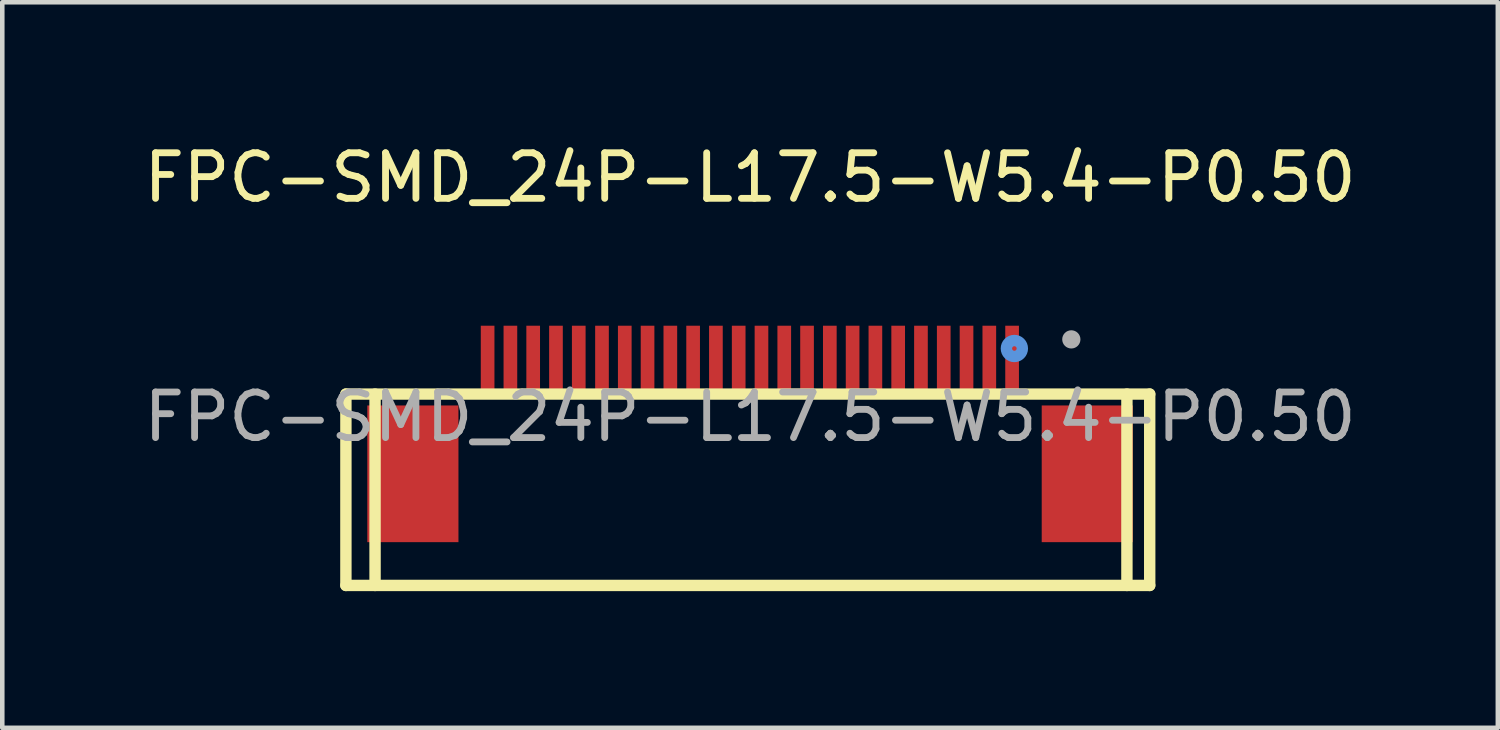
<source format=kicad_pcb>
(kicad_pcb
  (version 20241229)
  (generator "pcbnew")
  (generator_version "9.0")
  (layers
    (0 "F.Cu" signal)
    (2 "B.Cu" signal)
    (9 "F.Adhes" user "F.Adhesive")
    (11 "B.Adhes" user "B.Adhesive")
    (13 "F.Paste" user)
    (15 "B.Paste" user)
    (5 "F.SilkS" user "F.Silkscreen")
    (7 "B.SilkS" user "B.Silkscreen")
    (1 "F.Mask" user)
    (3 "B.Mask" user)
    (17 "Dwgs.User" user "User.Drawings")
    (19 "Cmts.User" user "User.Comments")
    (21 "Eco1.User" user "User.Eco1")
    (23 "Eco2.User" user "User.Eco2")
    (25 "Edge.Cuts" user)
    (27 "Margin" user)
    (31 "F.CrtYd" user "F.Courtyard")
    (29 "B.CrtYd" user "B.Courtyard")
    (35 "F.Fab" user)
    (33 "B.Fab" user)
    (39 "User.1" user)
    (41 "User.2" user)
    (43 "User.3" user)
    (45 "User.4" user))
  (footprint "FPC-SMD_24P-L17.5-W5.4-P0.50"
    (layer "F.Cu")
    (at 13.411 6.098)
    (property "Reference" "FPC-SMD_24P-L17.5-W5.4-P0.50" (at 0 -5.25 0) (layer "F.SilkS") (effects (font (size 1 1) (thickness 0.15))))
    (attr smd)
    (fp_line (start -8.87 -0.5) (end -8.87 3.7) (stroke (width 0.25) (type solid)) (layer "F.SilkS"))
    (fp_line (start -8.87 -0.5) (end 8.77 -0.5) (stroke (width 0.25) (type solid)) (layer "F.SilkS"))
    (fp_line (start -8.87 3.7) (end 8.77 3.7) (stroke (width 0.25) (type solid)) (layer "F.SilkS"))
    (fp_line (start -8.23 -0.5) (end -8.23 3.7) (stroke (width 0.25) (type solid)) (layer "F.SilkS"))
    (fp_line (start 8.27 -0.5) (end 8.27 3.7) (stroke (width 0.25) (type solid)) (layer "F.SilkS"))
    (fp_line (start 8.77 -0.5) (end 8.77 3.7) (stroke (width 0.25) (type solid)) (layer "F.SilkS"))
    (fp_circle (center 5.8 -1.5) (end 5.85 -1.5) (stroke (width 0.25) (type solid)) (fill no) (layer "Cmts.User"))
    (fp_circle (center 7.05 -1.7) (end 7.15 -1.7) (stroke (width 0.2) (type solid)) (fill no) (layer "F.Fab"))
    (fp_text user "${REFERENCE}" (at 0 0 0) (layer "F.Fab") (effects (font (size 1 1) (thickness 0.15))))
    (pad "1" smd rect (at 5.75 -1.25 180) (size 0.3 1.5) (layers "F.Cu" "F.Mask" "F.Paste"))
    (pad "2" smd rect (at 5.25 -1.25 180) (size 0.3 1.5) (layers "F.Cu" "F.Mask" "F.Paste"))
    (pad "3" smd rect (at 4.75 -1.25 180) (size 0.3 1.5) (layers "F.Cu" "F.Mask" "F.Paste"))
    (pad "4" smd rect (at 4.25 -1.25 180) (size 0.3 1.5) (layers "F.Cu" "F.Mask" "F.Paste"))
    (pad "5" smd rect (at 3.75 -1.25 180) (size 0.3 1.5) (layers "F.Cu" "F.Mask" "F.Paste"))
    (pad "6" smd rect (at 3.25 -1.25 180) (size 0.3 1.5) (layers "F.Cu" "F.Mask" "F.Paste"))
    (pad "7" smd rect (at 2.75 -1.25 180) (size 0.3 1.5) (layers "F.Cu" "F.Mask" "F.Paste"))
    (pad "8" smd rect (at 2.25 -1.25 180) (size 0.3 1.5) (layers "F.Cu" "F.Mask" "F.Paste"))
    (pad "9" smd rect (at 1.75 -1.25 180) (size 0.3 1.5) (layers "F.Cu" "F.Mask" "F.Paste"))
    (pad "10" smd rect (at 1.25 -1.25 180) (size 0.3 1.5) (layers "F.Cu" "F.Mask" "F.Paste"))
    (pad "11" smd rect (at 0.75 -1.25 180) (size 0.3 1.5) (layers "F.Cu" "F.Mask" "F.Paste"))
    (pad "12" smd rect (at 0.25 -1.25 180) (size 0.3 1.5) (layers "F.Cu" "F.Mask" "F.Paste"))
    (pad "13" smd rect (at -0.25 -1.25 180) (size 0.3 1.5) (layers "F.Cu" "F.Mask" "F.Paste"))
    (pad "14" smd rect (at -0.75 -1.25 180) (size 0.3 1.5) (layers "F.Cu" "F.Mask" "F.Paste"))
    (pad "15" smd rect (at -1.25 -1.25 180) (size 0.3 1.5) (layers "F.Cu" "F.Mask" "F.Paste"))
    (pad "16" smd rect (at -1.75 -1.25 180) (size 0.3 1.5) (layers "F.Cu" "F.Mask" "F.Paste"))
    (pad "17" smd rect (at -2.25 -1.25 180) (size 0.3 1.5) (layers "F.Cu" "F.Mask" "F.Paste"))
    (pad "18" smd rect (at -2.75 -1.25 180) (size 0.3 1.5) (layers "F.Cu" "F.Mask" "F.Paste"))
    (pad "19" smd rect (at -3.25 -1.25 180) (size 0.3 1.5) (layers "F.Cu" "F.Mask" "F.Paste"))
    (pad "20" smd rect (at -3.76 -1.25 180) (size 0.3 1.5) (layers "F.Cu" "F.Mask" "F.Paste"))
    (pad "21" smd rect (at -4.26 -1.25 180) (size 0.3 1.5) (layers "F.Cu" "F.Mask" "F.Paste"))
    (pad "22" smd rect (at -4.76 -1.25 180) (size 0.3 1.5) (layers "F.Cu" "F.Mask" "F.Paste"))
    (pad "23" smd rect (at -5.26 -1.25 180) (size 0.3 1.5) (layers "F.Cu" "F.Mask" "F.Paste"))
    (pad "24" smd rect (at -5.76 -1.25 180) (size 0.3 1.5) (layers "F.Cu" "F.Mask" "F.Paste"))
    (pad "25" smd rect (at -7.4 1.25) (size 2 3) (layers "F.Cu" "F.Mask" "F.Paste"))
    (pad "26" smd rect (at 7.4 1.25 180) (size 2 3) (layers "F.Cu" "F.Mask" "F.Paste")))
  (gr_rect
    (start -3 -3)
    (end 29.821 12.923)
    (stroke (width 0.1) (type default))
    (fill no)
    (layer "Edge.Cuts")))
</source>
